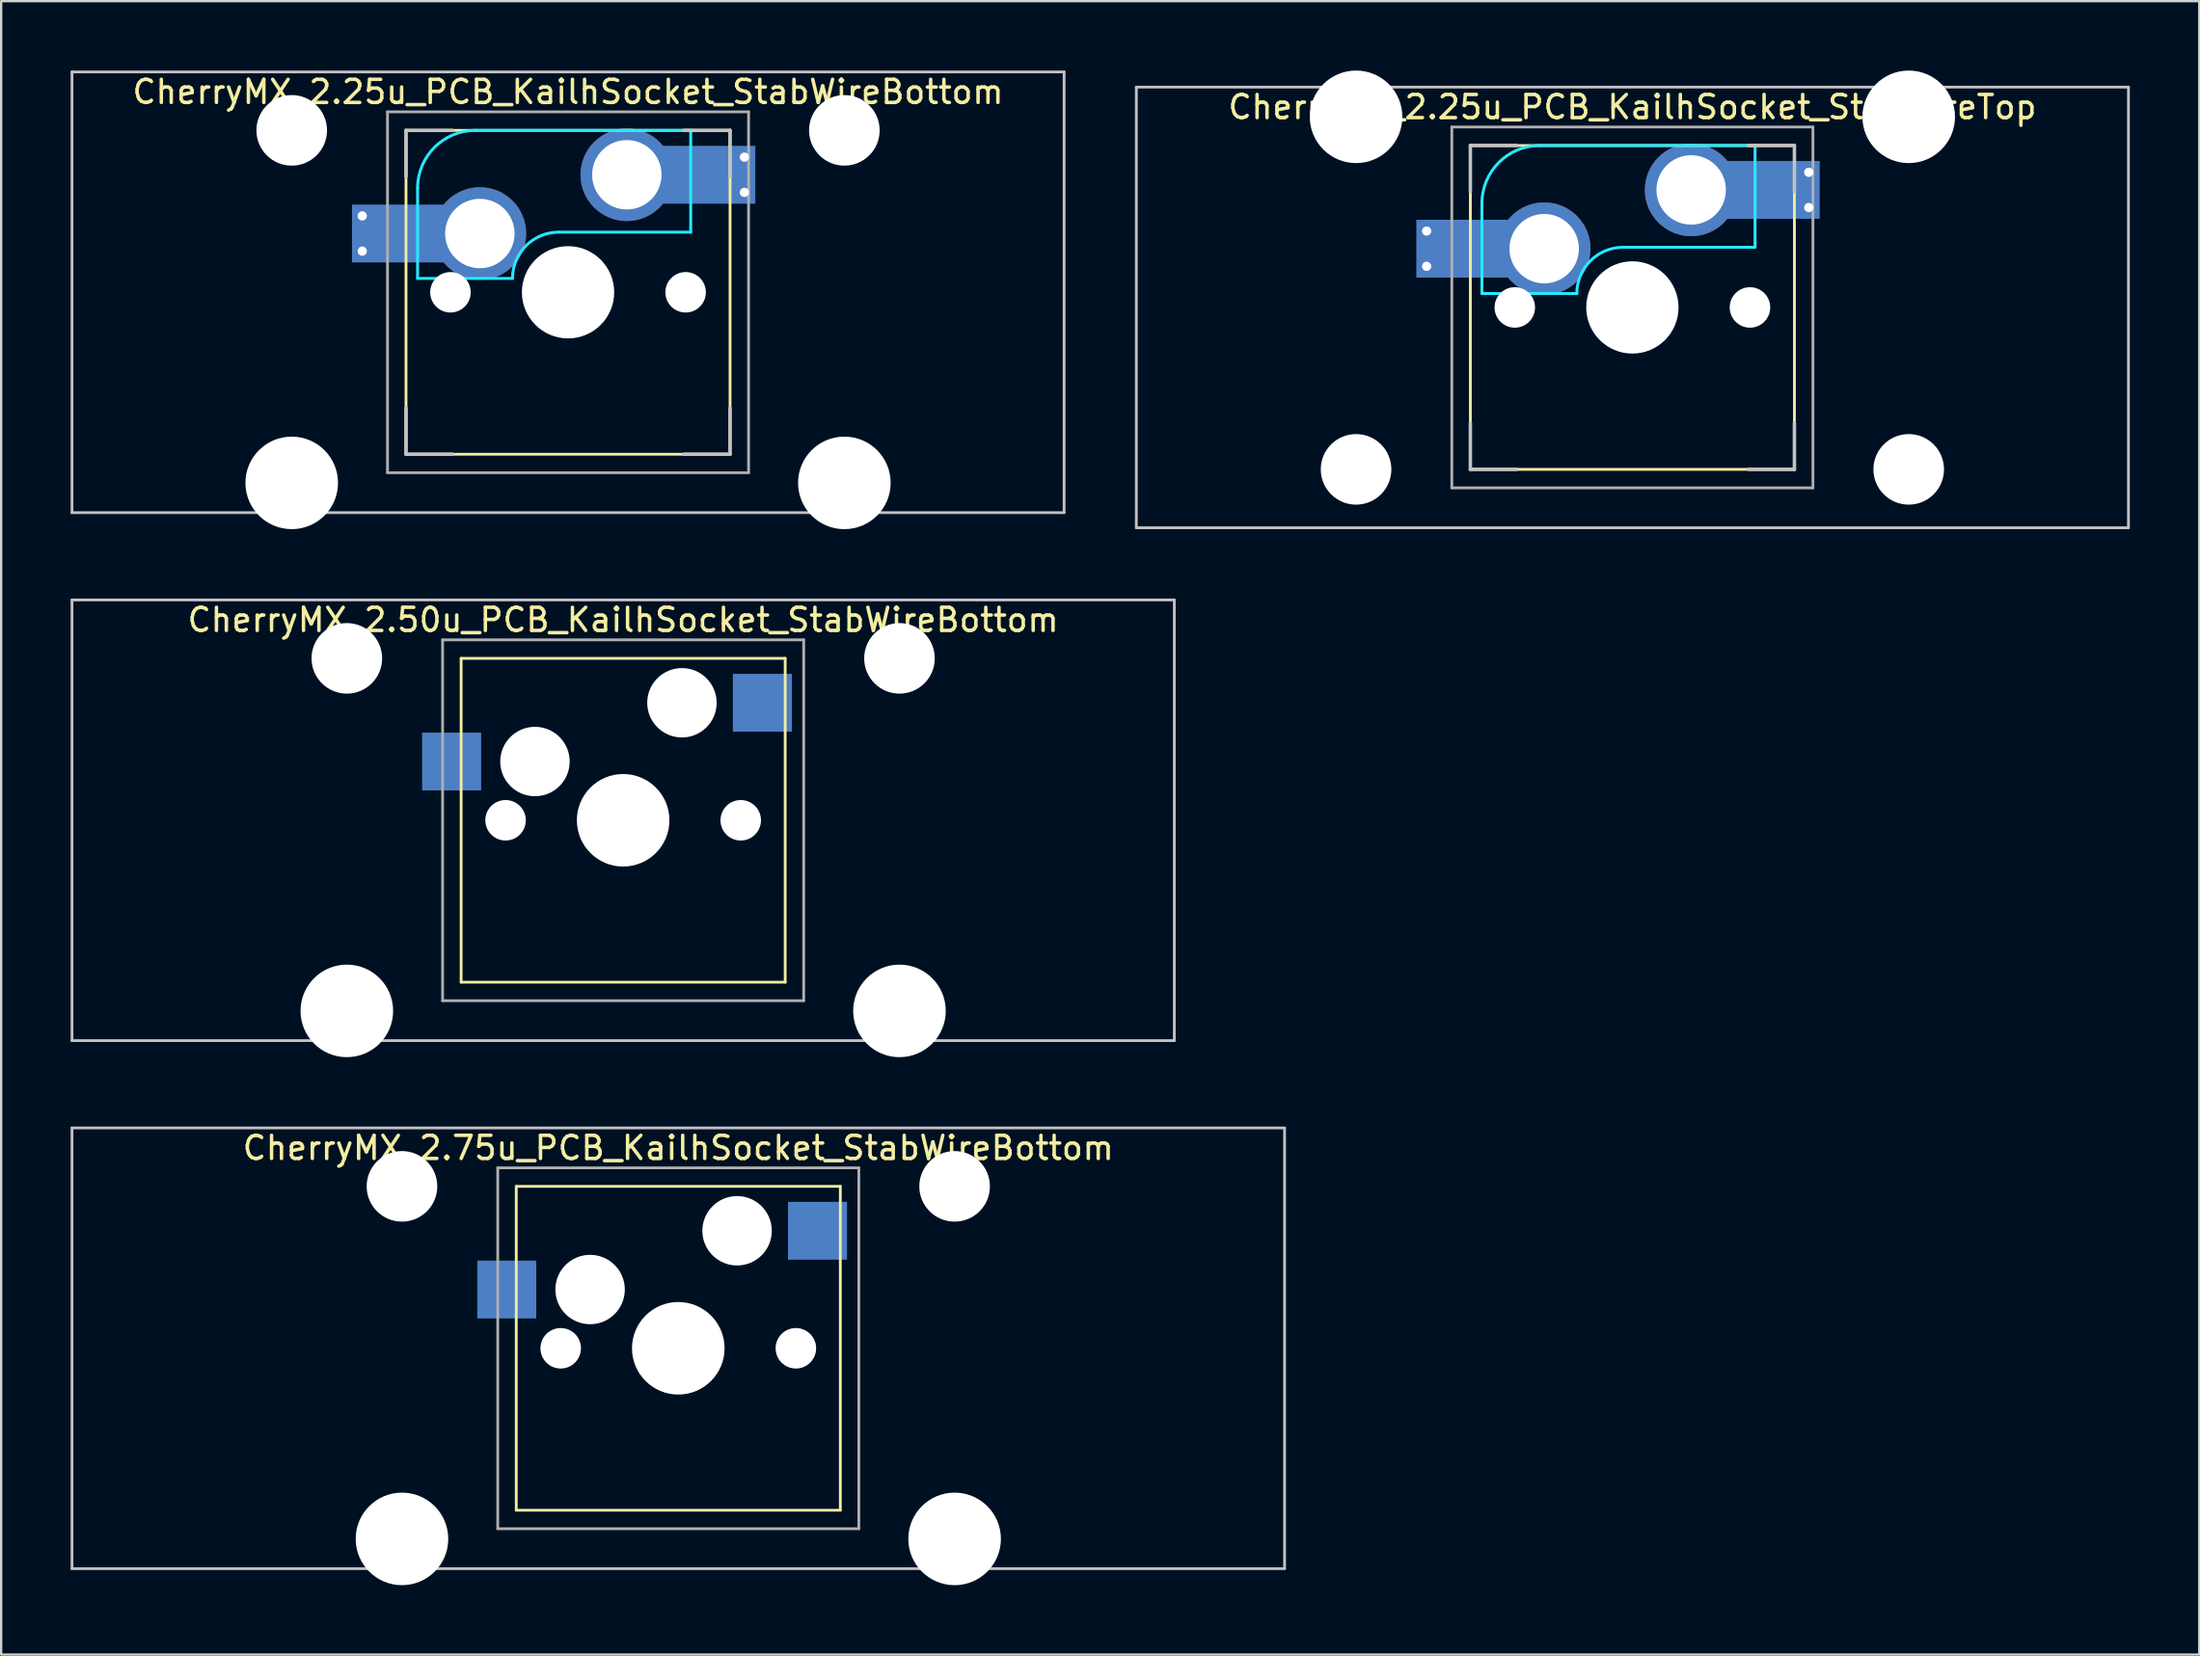
<source format=kicad_pcb>
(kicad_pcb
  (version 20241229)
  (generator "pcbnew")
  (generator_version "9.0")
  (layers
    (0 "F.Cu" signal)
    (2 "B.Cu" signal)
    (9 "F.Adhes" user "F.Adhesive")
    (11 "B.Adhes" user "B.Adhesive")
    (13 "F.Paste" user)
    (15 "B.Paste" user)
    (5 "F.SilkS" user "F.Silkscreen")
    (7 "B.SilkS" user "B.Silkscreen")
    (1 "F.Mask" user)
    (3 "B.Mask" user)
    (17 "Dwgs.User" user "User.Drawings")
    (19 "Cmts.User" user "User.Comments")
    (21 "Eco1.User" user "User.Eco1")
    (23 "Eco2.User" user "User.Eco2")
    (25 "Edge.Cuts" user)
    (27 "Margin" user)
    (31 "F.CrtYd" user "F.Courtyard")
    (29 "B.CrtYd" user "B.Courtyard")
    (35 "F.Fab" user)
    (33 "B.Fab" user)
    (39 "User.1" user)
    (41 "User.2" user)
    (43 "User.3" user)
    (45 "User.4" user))
  (footprint "CherryMX_2.75u_PCB_KailhSocket_StabWireBottom"
    (layer "F.Cu")
    (at 26.254 55.235)
    (property "Reference" "CherryMX_2.75u_PCB_KailhSocket_StabWireBottom" (at 0 -8.662 0) (layer "F.SilkS") (effects (font (size 1 1) (thickness 0.15))))
    (attr through_hole)
    (fp_line (start -7 -7) (end -7 7) (stroke (width 0.12) (type solid)) (layer "F.SilkS"))
    (fp_line (start -7 -7) (end 7 -7) (stroke (width 0.12) (type solid)) (layer "F.SilkS"))
    (fp_line (start 7 -7) (end 7 7) (stroke (width 0.12) (type solid)) (layer "F.SilkS"))
    (fp_line (start 7 7) (end -7 7) (stroke (width 0.12) (type solid)) (layer "F.SilkS"))
    (fp_line (start -26.194 -9.525) (end 26.194 -9.525) (stroke (width 0.12) (type solid)) (layer "Dwgs.User"))
    (fp_line (start -26.194 9.525) (end -26.194 -9.525) (stroke (width 0.12) (type solid)) (layer "Dwgs.User"))
    (fp_line (start 26.194 -9.525) (end 26.194 9.525) (stroke (width 0.12) (type solid)) (layer "Dwgs.User"))
    (fp_line (start 26.194 9.525) (end -26.194 9.525) (stroke (width 0.12) (type solid)) (layer "Dwgs.User"))
    (fp_line (start -7.8 -7.8) (end -7.8 7.8) (stroke (width 0.12) (type solid)) (layer "F.Fab"))
    (fp_line (start -7.8 -7.8) (end 7.8 -7.8) (stroke (width 0.12) (type solid)) (layer "F.Fab"))
    (fp_line (start -7.8 7.8) (end 7.8 7.8) (stroke (width 0.12) (type solid)) (layer "F.Fab"))
    (fp_line (start 7.8 -7.8) (end 7.8 7.8) (stroke (width 0.12) (type solid)) (layer "F.Fab"))
    (pad "" np_thru_hole circle (at -11.938 -7) (size 3.05 3.05) (drill 3.05) (layers "*.Cu" "*.Mask"))
    (pad "" np_thru_hole circle (at -11.938 8.24) (size 4 4) (drill 4) (layers "*.Cu" "*.Mask"))
    (pad "" np_thru_hole circle (at -5.08 0) (size 1.75 1.75) (drill 1.75) (layers "*.Cu" "*.Mask"))
    (pad "" np_thru_hole circle (at -3.81 -2.54) (size 3 3) (drill 3) (layers "*.Cu" "*.Mask"))
    (pad "" np_thru_hole circle (at 0 0) (size 4 4) (drill 4) (layers "*.Cu" "*.Mask"))
    (pad "" np_thru_hole circle (at 2.54 -5.08) (size 3 3) (drill 3) (layers "*.Cu" "*.Mask"))
    (pad "" np_thru_hole circle (at 5.08 0) (size 1.75 1.75) (drill 1.75) (layers "*.Cu" "*.Mask"))
    (pad "" np_thru_hole circle (at 11.938 -7) (size 3.05 3.05) (drill 3.05) (layers "*.Cu" "*.Mask"))
    (pad "" np_thru_hole circle (at 11.938 8.24) (size 4 4) (drill 4) (layers "*.Cu" "*.Mask"))
    (pad "1" smd rect (at -7.41 -2.54) (size 2.55 2.5) (layers "B.Cu" "B.Mask" "B.Paste"))
    (pad "2" smd rect (at 6.015 -5.08) (size 2.55 2.5) (layers "B.Cu" "B.Mask" "B.Paste")))
  (footprint "CherryMX_2.50u_PCB_KailhSocket_StabWireBottom"
    (layer "F.Cu")
    (at 23.872 32.41)
    (property "Reference" "CherryMX_2.50u_PCB_KailhSocket_StabWireBottom" (at 0 -8.662 0) (layer "F.SilkS") (effects (font (size 1 1) (thickness 0.15))))
    (attr through_hole)
    (fp_line (start -7 -7) (end -7 7) (stroke (width 0.12) (type solid)) (layer "F.SilkS"))
    (fp_line (start -7 -7) (end 7 -7) (stroke (width 0.12) (type solid)) (layer "F.SilkS"))
    (fp_line (start 7 -7) (end 7 7) (stroke (width 0.12) (type solid)) (layer "F.SilkS"))
    (fp_line (start 7 7) (end -7 7) (stroke (width 0.12) (type solid)) (layer "F.SilkS"))
    (fp_line (start -23.812 -9.525) (end 23.812 -9.525) (stroke (width 0.12) (type solid)) (layer "Dwgs.User"))
    (fp_line (start -23.812 9.525) (end -23.812 -9.525) (stroke (width 0.12) (type solid)) (layer "Dwgs.User"))
    (fp_line (start 23.812 -9.525) (end 23.812 9.525) (stroke (width 0.12) (type solid)) (layer "Dwgs.User"))
    (fp_line (start 23.812 9.525) (end -23.812 9.525) (stroke (width 0.12) (type solid)) (layer "Dwgs.User"))
    (fp_line (start -7.8 -7.8) (end -7.8 7.8) (stroke (width 0.12) (type solid)) (layer "F.Fab"))
    (fp_line (start -7.8 -7.8) (end 7.8 -7.8) (stroke (width 0.12) (type solid)) (layer "F.Fab"))
    (fp_line (start -7.8 7.8) (end 7.8 7.8) (stroke (width 0.12) (type solid)) (layer "F.Fab"))
    (fp_line (start 7.8 -7.8) (end 7.8 7.8) (stroke (width 0.12) (type solid)) (layer "F.Fab"))
    (pad "" np_thru_hole circle (at -11.938 -7) (size 3.05 3.05) (drill 3.05) (layers "*.Cu" "*.Mask"))
    (pad "" np_thru_hole circle (at -11.938 8.24) (size 4 4) (drill 4) (layers "*.Cu" "*.Mask"))
    (pad "" np_thru_hole circle (at -5.08 0) (size 1.75 1.75) (drill 1.75) (layers "*.Cu" "*.Mask"))
    (pad "" np_thru_hole circle (at -3.81 -2.54) (size 3 3) (drill 3) (layers "*.Cu" "*.Mask"))
    (pad "" np_thru_hole circle (at 0 0) (size 4 4) (drill 4) (layers "*.Cu" "*.Mask"))
    (pad "" np_thru_hole circle (at 2.54 -5.08) (size 3 3) (drill 3) (layers "*.Cu" "*.Mask"))
    (pad "" np_thru_hole circle (at 5.08 0) (size 1.75 1.75) (drill 1.75) (layers "*.Cu" "*.Mask"))
    (pad "" np_thru_hole circle (at 11.938 -7) (size 3.05 3.05) (drill 3.05) (layers "*.Cu" "*.Mask"))
    (pad "" np_thru_hole circle (at 11.938 8.24) (size 4 4) (drill 4) (layers "*.Cu" "*.Mask"))
    (pad "1" smd rect (at -7.41 -2.54) (size 2.55 2.5) (layers "B.Cu" "B.Mask" "B.Paste"))
    (pad "2" smd rect (at 6.015 -5.08) (size 2.55 2.5) (layers "B.Cu" "B.Mask" "B.Paste")))
  (footprint "CherryMX_2.25u_PCB_KailhSocket_StabWireBottom"
    (layer "F.Cu")
    (at 21.491 9.585)
    (property "Reference" "CherryMX_2.25u_PCB_KailhSocket_StabWireBottom" (at 0 -8.662 0) (layer "F.SilkS") (effects (font (size 1 1) (thickness 0.15))))
    (attr through_hole)
    (fp_line (start -7 -7) (end -7 7) (stroke (width 0.12) (type solid)) (layer "F.SilkS"))
    (fp_line (start -7 -7) (end 7 -7) (stroke (width 0.12) (type solid)) (layer "F.SilkS"))
    (fp_line (start 7 -7) (end 7 7) (stroke (width 0.12) (type solid)) (layer "F.SilkS"))
    (fp_line (start 7 7) (end -7 7) (stroke (width 0.12) (type solid)) (layer "F.SilkS"))
    (fp_line (start -21.431 -9.525) (end 21.431 -9.525) (stroke (width 0.12) (type solid)) (layer "Dwgs.User"))
    (fp_line (start -21.431 9.525) (end -21.431 -9.525) (stroke (width 0.12) (type solid)) (layer "Dwgs.User"))
    (fp_line (start -7 -7) (end -7 -5) (stroke (width 0.15) (type solid)) (layer "Dwgs.User"))
    (fp_line (start -7 5) (end -7 7) (stroke (width 0.15) (type solid)) (layer "Dwgs.User"))
    (fp_line (start -7 7) (end -5 7) (stroke (width 0.15) (type solid)) (layer "Dwgs.User"))
    (fp_line (start -5 -7) (end -7 -7) (stroke (width 0.15) (type solid)) (layer "Dwgs.User"))
    (fp_line (start 5 -7) (end 7 -7) (stroke (width 0.15) (type solid)) (layer "Dwgs.User"))
    (fp_line (start 5 7) (end 7 7) (stroke (width 0.15) (type solid)) (layer "Dwgs.User"))
    (fp_line (start 7 -7) (end 7 -5) (stroke (width 0.15) (type solid)) (layer "Dwgs.User"))
    (fp_line (start 7 7) (end 7 5) (stroke (width 0.15) (type solid)) (layer "Dwgs.User"))
    (fp_line (start 21.431 -9.525) (end 21.431 9.525) (stroke (width 0.12) (type solid)) (layer "Dwgs.User"))
    (fp_line (start 21.431 9.525) (end -21.431 9.525) (stroke (width 0.12) (type solid)) (layer "Dwgs.User"))
    (fp_line (start -6.5 -4.5) (end -6.5 -0.6) (stroke (width 0.127) (type solid)) (layer "B.CrtYd"))
    (fp_line (start -6.5 -0.6) (end -2.4 -0.6) (stroke (width 0.127) (type solid)) (layer "B.CrtYd"))
    (fp_line (start -0.4 -2.6) (end 5.3 -2.6) (stroke (width 0.127) (type solid)) (layer "B.CrtYd"))
    (fp_line (start 5.3 -7) (end -4 -7) (stroke (width 0.127) (type solid)) (layer "B.CrtYd"))
    (fp_line (start 5.3 -7) (end 5.3 -2.6) (stroke (width 0.127) (type solid)) (layer "B.CrtYd"))
    (fp_arc (start -6.5 -4.5) (mid -5.767767 -6.267767) (end -4 -7) (stroke (width 0.127) (type solid)) (layer "B.CrtYd"))
    (fp_arc (start -2.4 -0.6) (mid -1.814214 -2.014214) (end -0.4 -2.6) (stroke (width 0.127) (type solid)) (layer "B.CrtYd"))
    (fp_line (start -7.8 -7.8) (end -7.8 7.8) (stroke (width 0.12) (type solid)) (layer "F.Fab"))
    (fp_line (start -7.8 -7.8) (end 7.8 -7.8) (stroke (width 0.12) (type solid)) (layer "F.Fab"))
    (fp_line (start -7.8 7.8) (end 7.8 7.8) (stroke (width 0.12) (type solid)) (layer "F.Fab"))
    (fp_line (start 7.8 -7.8) (end 7.8 7.8) (stroke (width 0.12) (type solid)) (layer "F.Fab"))
    (pad "" np_thru_hole circle (at -11.938 -7) (size 3.05 3.05) (drill 3.05) (layers "*.Cu" "*.Mask"))
    (pad "" np_thru_hole circle (at -11.938 8.24) (size 4 4) (drill 4) (layers "*.Cu" "*.Mask"))
    (pad "" smd rect (at -7.085 -2.54) (size 2.55 2.5) (layers "B.Mask" "B.Paste"))
    (pad "" np_thru_hole circle (at -5.08 0 48.1) (size 1.75 1.75) (drill 1.75) (layers "*.Cu" "*.Mask"))
    (pad "" np_thru_hole circle (at 0 0) (size 3.988 3.988) (drill 3.988) (layers "*.Cu" "*.Mask"))
    (pad "" np_thru_hole circle (at 5.08 0 48.1) (size 1.75 1.75) (drill 1.75) (layers "*.Cu" "*.Mask"))
    (pad "" smd rect (at 5.815 -5.08) (size 2.55 2.5) (layers "B.Mask" "B.Paste"))
    (pad "" np_thru_hole circle (at 11.938 -7) (size 3.05 3.05) (drill 3.05) (layers "*.Cu" "*.Mask"))
    (pad "" np_thru_hole circle (at 11.938 8.24) (size 4 4) (drill 4) (layers "*.Cu" "*.Mask"))
    (pad "1" thru_hole circle (at -8.89 -3.302) (size 0.8 0.8) (drill 0.4) (layers "*.Cu"))
    (pad "1" thru_hole circle (at -8.89 -1.778) (size 0.8 0.8) (drill 0.4) (layers "*.Cu"))
    (pad "1" smd rect (at -7.085 -2.54) (size 4.5 2.5) (layers "B.Cu"))
    (pad "1" thru_hole circle (at -3.81 -2.54) (size 4 4) (drill 3) (layers "*.Cu"))
    (pad "2" thru_hole circle (at 2.54 -5.08) (size 4 4) (drill 3) (layers "*.Cu"))
    (pad "2" smd rect (at 5.842 -5.08) (size 4.5 2.5) (layers "B.Cu"))
    (pad "2" thru_hole circle (at 7.62 -5.842) (size 0.8 0.8) (drill 0.4) (layers "*.Cu"))
    (pad "2" thru_hole circle (at 7.62 -4.318) (size 0.8 0.8) (drill 0.4) (layers "*.Cu")))
  (footprint "CherryMX_2.25u_PCB_KailhSocket_StabWireTop"
    (layer "F.Cu")
    (at 67.474 10.24)
    (property "Reference" "CherryMX_2.25u_PCB_KailhSocket_StabWireTop" (at 0 -8.662 0) (layer "F.SilkS") (effects (font (size 1 1) (thickness 0.15))))
    (attr through_hole)
    (fp_line (start -7 -7) (end -7 7) (stroke (width 0.12) (type solid)) (layer "F.SilkS"))
    (fp_line (start -7 -7) (end 7 -7) (stroke (width 0.12) (type solid)) (layer "F.SilkS"))
    (fp_line (start 7 -7) (end 7 7) (stroke (width 0.12) (type solid)) (layer "F.SilkS"))
    (fp_line (start 7 7) (end -7 7) (stroke (width 0.12) (type solid)) (layer "F.SilkS"))
    (fp_line (start -21.431 -9.525) (end 21.431 -9.525) (stroke (width 0.12) (type solid)) (layer "Dwgs.User"))
    (fp_line (start -21.431 9.525) (end -21.431 -9.525) (stroke (width 0.12) (type solid)) (layer "Dwgs.User"))
    (fp_line (start -7 -7) (end -7 -5) (stroke (width 0.15) (type solid)) (layer "Dwgs.User"))
    (fp_line (start -7 5) (end -7 7) (stroke (width 0.15) (type solid)) (layer "Dwgs.User"))
    (fp_line (start -7 7) (end -5 7) (stroke (width 0.15) (type solid)) (layer "Dwgs.User"))
    (fp_line (start -5 -7) (end -7 -7) (stroke (width 0.15) (type solid)) (layer "Dwgs.User"))
    (fp_line (start 5 -7) (end 7 -7) (stroke (width 0.15) (type solid)) (layer "Dwgs.User"))
    (fp_line (start 5 7) (end 7 7) (stroke (width 0.15) (type solid)) (layer "Dwgs.User"))
    (fp_line (start 7 -7) (end 7 -5) (stroke (width 0.15) (type solid)) (layer "Dwgs.User"))
    (fp_line (start 7 7) (end 7 5) (stroke (width 0.15) (type solid)) (layer "Dwgs.User"))
    (fp_line (start 21.431 -9.525) (end 21.431 9.525) (stroke (width 0.12) (type solid)) (layer "Dwgs.User"))
    (fp_line (start 21.431 9.525) (end -21.431 9.525) (stroke (width 0.12) (type solid)) (layer "Dwgs.User"))
    (fp_line (start -6.5 -4.5) (end -6.5 -0.6) (stroke (width 0.127) (type solid)) (layer "B.CrtYd"))
    (fp_line (start -6.5 -0.6) (end -2.4 -0.6) (stroke (width 0.127) (type solid)) (layer "B.CrtYd"))
    (fp_line (start -0.4 -2.6) (end 5.3 -2.6) (stroke (width 0.127) (type solid)) (layer "B.CrtYd"))
    (fp_line (start 5.3 -7) (end -4 -7) (stroke (width 0.127) (type solid)) (layer "B.CrtYd"))
    (fp_line (start 5.3 -7) (end 5.3 -2.6) (stroke (width 0.127) (type solid)) (layer "B.CrtYd"))
    (fp_arc (start -6.5 -4.5) (mid -5.767767 -6.267767) (end -4 -7) (stroke (width 0.127) (type solid)) (layer "B.CrtYd"))
    (fp_arc (start -2.4 -0.6) (mid -1.814214 -2.014214) (end -0.4 -2.6) (stroke (width 0.127) (type solid)) (layer "B.CrtYd"))
    (fp_line (start -7.8 -7.8) (end -7.8 7.8) (stroke (width 0.12) (type solid)) (layer "F.Fab"))
    (fp_line (start -7.8 -7.8) (end 7.8 -7.8) (stroke (width 0.12) (type solid)) (layer "F.Fab"))
    (fp_line (start -7.8 7.8) (end 7.8 7.8) (stroke (width 0.12) (type solid)) (layer "F.Fab"))
    (fp_line (start 7.8 -7.8) (end 7.8 7.8) (stroke (width 0.12) (type solid)) (layer "F.Fab"))
    (pad "" np_thru_hole circle (at -11.938 -8.24) (size 4 4) (drill 4) (layers "*.Cu" "*.Mask"))
    (pad "" np_thru_hole circle (at -11.938 7) (size 3.05 3.05) (drill 3.05) (layers "*.Cu" "*.Mask"))
    (pad "" smd rect (at -7.085 -2.54) (size 2.55 2.5) (layers "B.Mask" "B.Paste"))
    (pad "" np_thru_hole circle (at -5.08 0 48.1) (size 1.75 1.75) (drill 1.75) (layers "*.Cu" "*.Mask"))
    (pad "" np_thru_hole circle (at 0 0) (size 3.988 3.988) (drill 3.988) (layers "*.Cu" "*.Mask"))
    (pad "" np_thru_hole circle (at 5.08 0 48.1) (size 1.75 1.75) (drill 1.75) (layers "*.Cu" "*.Mask"))
    (pad "" smd rect (at 5.815 -5.08) (size 2.55 2.5) (layers "B.Mask" "B.Paste"))
    (pad "" np_thru_hole circle (at 11.938 -8.24) (size 4 4) (drill 4) (layers "*.Cu" "*.Mask"))
    (pad "" np_thru_hole circle (at 11.938 7) (size 3.05 3.05) (drill 3.05) (layers "*.Cu" "*.Mask"))
    (pad "1" thru_hole circle (at -8.89 -3.302) (size 0.8 0.8) (drill 0.4) (layers "*.Cu"))
    (pad "1" thru_hole circle (at -8.89 -1.778) (size 0.8 0.8) (drill 0.4) (layers "*.Cu"))
    (pad "1" smd rect (at -7.085 -2.54) (size 4.5 2.5) (layers "B.Cu"))
    (pad "1" thru_hole circle (at -3.81 -2.54) (size 4 4) (drill 3) (layers "*.Cu"))
    (pad "2" thru_hole circle (at 2.54 -5.08) (size 4 4) (drill 3) (layers "*.Cu"))
    (pad "2" smd rect (at 5.842 -5.08) (size 4.5 2.5) (layers "B.Cu"))
    (pad "2" thru_hole circle (at 7.62 -5.842) (size 0.8 0.8) (drill 0.4) (layers "*.Cu"))
    (pad "2" thru_hole circle (at 7.62 -4.318) (size 0.8 0.8) (drill 0.4) (layers "*.Cu")))
  (gr_rect
    (start -3 -3)
    (end 91.965 68.475)
    (stroke (width 0.1) (type default))
    (fill no)
    (layer "Edge.Cuts")))
</source>
